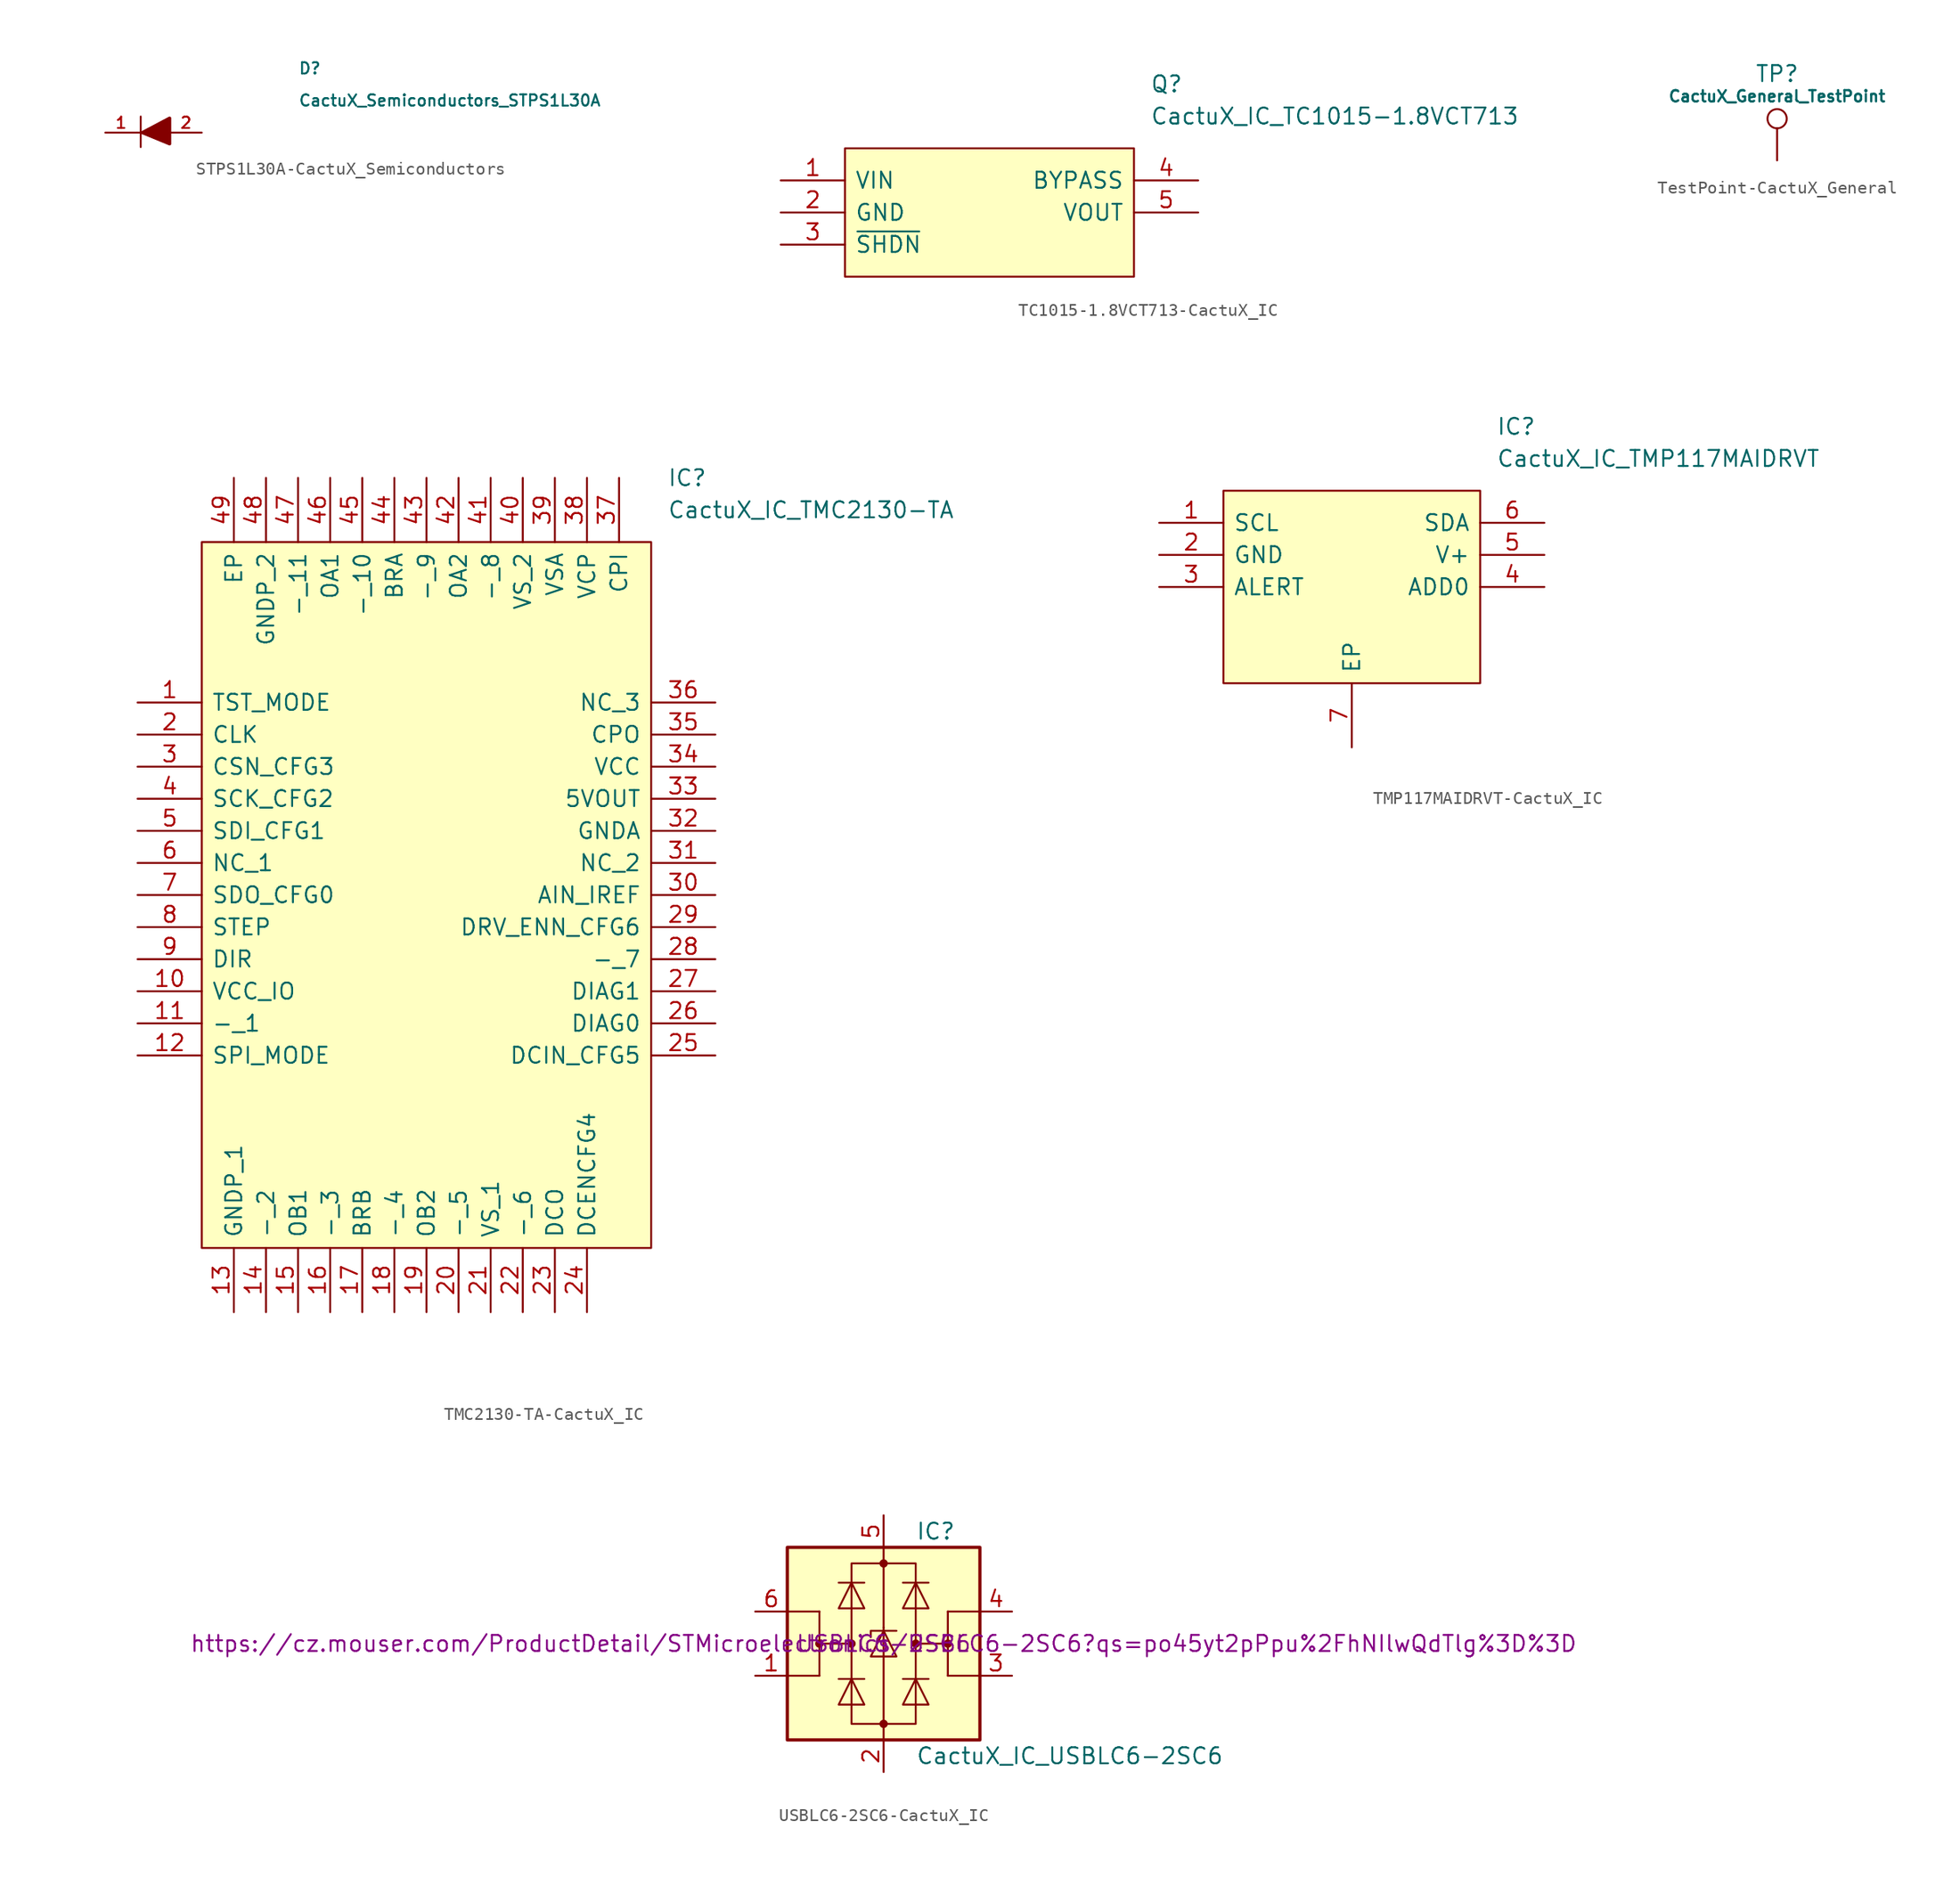
<source format=kicad_sym>
(kicad_symbol_lib
  (version 20220914)
  (generator kicad_symbol_editor)
  (symbol "STPS1L30A-CactuX_Semiconductors"
    (pin_names
      (offset 0.762))
    (property "Reference" "D"
      (at 11.43 5.08 0)
      (effects (font (size 0.889 0.889)) (justify left)))
    (property "Value" "CactuX_Semiconductors_STPS1L30A"
      (at 11.43 2.54 0)
      (effects (font (size 0.889 0.889)) (justify left)))
    (symbol "STPS1L30A-CactuX_Semiconductors_0_0"
      (pin passive line (at -3.81 0 0) (length 2.489) (name "~" (effects (font (size 0.889 0.889)))) (number "1" (effects (font (size 0.889 0.889)))))
      (pin passive line (at 3.81 0 180) (length 2.489) (name "~" (effects (font (size 0.889 0.889)))) (number "2" (effects (font (size 0.889 0.889))))))
    (symbol "STPS1L30A-CactuX_Semiconductors_0_1"
      (rectangle (start -1.27 0) (end 0 0) (stroke (width 0) (type solid)) (fill (type none)))
      (polyline (pts (xy -1.016 1.27) (xy -1.016 -1.143)) (stroke (width 0.152) (type solid)) (fill (type none)))
      (polyline (pts (xy -0.889 0) (xy 1.27 1.143) (xy 1.27 -0.889) (xy -0.889 0)) (stroke (width 0.254) (type solid)) (fill (type outline)))))
  (symbol "TC1015-1.8VCT713-CactuX_IC"
    (pin_names
      (offset 0.762))
    (property "Reference" "Q"
      (at 29.21 7.62 0)
      (effects (font (size 1.27 1.27)) (justify left)))
    (property "Value" "CactuX_IC_TC1015-1.8VCT713"
      (at 29.21 5.08 0)
      (effects (font (size 1.27 1.27)) (justify left)))
    (symbol "TC1015-1.8VCT713-CactuX_IC_0_0"
      (pin passive line (at 0 0 0) (length 5.08) (name "VIN" (effects (font (size 1.27 1.27)))) (number "1" (effects (font (size 1.27 1.27)))))
      (pin passive line (at 0 -2.54 0) (length 5.08) (name "GND" (effects (font (size 1.27 1.27)))) (number "2" (effects (font (size 1.27 1.27)))))
      (pin passive line (at 0 -5.08 0) (length 5.08) (name "~{SHDN}" (effects (font (size 1.27 1.27)))) (number "3" (effects (font (size 1.27 1.27)))))
      (pin passive line (at 33.02 0 180) (length 5.08) (name "BYPASS" (effects (font (size 1.27 1.27)))) (number "4" (effects (font (size 1.27 1.27)))))
      (pin passive line (at 33.02 -2.54 180) (length 5.08) (name "VOUT" (effects (font (size 1.27 1.27)))) (number "5" (effects (font (size 1.27 1.27))))))
    (symbol "TC1015-1.8VCT713-CactuX_IC_1_1"
      (polyline (pts (xy 5.08 2.54) (xy 27.94 2.54) (xy 27.94 -7.62) (xy 5.08 -7.62) (xy 5.08 2.54)) (stroke (width 0.152) (type solid)) (fill (type background)))))
  (symbol "TestPoint-CactuX_General"
    (pin_numbers hide)
    (pin_names
      (offset 0.762) hide)
    (property "Reference" "TP"
      (at 0 6.858 0)
      (effects (font (size 1.27 1.27))))
    (property "Value" "CactuX_General_TestPoint"
      (at 0 5.08 0)
      (effects (font (size 0.889 0.889) bold)))
    (symbol "TestPoint-CactuX_General_0_1"
      (circle (center 0 3.302) (radius 0.762) (stroke (width 0) (type solid)) (fill (type none))))
    (symbol "TestPoint-CactuX_General_1_1"
      (pin passive line (at 0 0 90) (length 2.54) (name "1" (effects (font (size 1.27 1.27)))) (number "1" (effects (font (size 1.27 1.27)))))))
  (symbol "TMC2130-TA-CactuX_IC"
    (pin_names
      (offset 0.762))
    (property "Reference" "IC"
      (at 41.91 17.78 0)
      (effects (font (size 1.27 1.27)) (justify left)))
    (property "Value" "CactuX_IC_TMC2130-TA"
      (at 41.91 15.24 0)
      (effects (font (size 1.27 1.27)) (justify left)))
    (symbol "TMC2130-TA-CactuX_IC_0_0"
      (pin passive line (at 0 0 0) (length 5.08) (name "TST_MODE" (effects (font (size 1.27 1.27)))) (number "1" (effects (font (size 1.27 1.27)))))
      (pin passive line (at 0 -22.86 0) (length 5.08) (name "VCC_IO" (effects (font (size 1.27 1.27)))) (number "10" (effects (font (size 1.27 1.27)))))
      (pin passive line (at 0 -25.4 0) (length 5.08) (name "-_1" (effects (font (size 1.27 1.27)))) (number "11" (effects (font (size 1.27 1.27)))))
      (pin passive line (at 0 -27.94 0) (length 5.08) (name "SPI_MODE" (effects (font (size 1.27 1.27)))) (number "12" (effects (font (size 1.27 1.27)))))
      (pin passive line (at 7.62 -48.26 90) (length 5.08) (name "GNDP_1" (effects (font (size 1.27 1.27)))) (number "13" (effects (font (size 1.27 1.27)))))
      (pin passive line (at 10.16 -48.26 90) (length 5.08) (name "-_2" (effects (font (size 1.27 1.27)))) (number "14" (effects (font (size 1.27 1.27)))))
      (pin passive line (at 12.7 -48.26 90) (length 5.08) (name "OB1" (effects (font (size 1.27 1.27)))) (number "15" (effects (font (size 1.27 1.27)))))
      (pin passive line (at 15.24 -48.26 90) (length 5.08) (name "-_3" (effects (font (size 1.27 1.27)))) (number "16" (effects (font (size 1.27 1.27)))))
      (pin passive line (at 17.78 -48.26 90) (length 5.08) (name "BRB" (effects (font (size 1.27 1.27)))) (number "17" (effects (font (size 1.27 1.27)))))
      (pin passive line (at 20.32 -48.26 90) (length 5.08) (name "-_4" (effects (font (size 1.27 1.27)))) (number "18" (effects (font (size 1.27 1.27)))))
      (pin passive line (at 22.86 -48.26 90) (length 5.08) (name "OB2" (effects (font (size 1.27 1.27)))) (number "19" (effects (font (size 1.27 1.27)))))
      (pin passive line (at 0 -2.54 0) (length 5.08) (name "CLK" (effects (font (size 1.27 1.27)))) (number "2" (effects (font (size 1.27 1.27)))))
      (pin passive line (at 25.4 -48.26 90) (length 5.08) (name "-_5" (effects (font (size 1.27 1.27)))) (number "20" (effects (font (size 1.27 1.27)))))
      (pin passive line (at 27.94 -48.26 90) (length 5.08) (name "VS_1" (effects (font (size 1.27 1.27)))) (number "21" (effects (font (size 1.27 1.27)))))
      (pin passive line (at 30.48 -48.26 90) (length 5.08) (name "-_6" (effects (font (size 1.27 1.27)))) (number "22" (effects (font (size 1.27 1.27)))))
      (pin passive line (at 33.02 -48.26 90) (length 5.08) (name "DCO" (effects (font (size 1.27 1.27)))) (number "23" (effects (font (size 1.27 1.27)))))
      (pin passive line (at 35.56 -48.26 90) (length 5.08) (name "DCENCFG4" (effects (font (size 1.27 1.27)))) (number "24" (effects (font (size 1.27 1.27)))))
      (pin passive line (at 45.72 -27.94 180) (length 5.08) (name "DCIN_CFG5" (effects (font (size 1.27 1.27)))) (number "25" (effects (font (size 1.27 1.27)))))
      (pin passive line (at 45.72 -25.4 180) (length 5.08) (name "DIAG0" (effects (font (size 1.27 1.27)))) (number "26" (effects (font (size 1.27 1.27)))))
      (pin passive line (at 45.72 -22.86 180) (length 5.08) (name "DIAG1" (effects (font (size 1.27 1.27)))) (number "27" (effects (font (size 1.27 1.27)))))
      (pin passive line (at 45.72 -20.32 180) (length 5.08) (name "-_7" (effects (font (size 1.27 1.27)))) (number "28" (effects (font (size 1.27 1.27)))))
      (pin passive line (at 45.72 -17.78 180) (length 5.08) (name "DRV_ENN_CFG6" (effects (font (size 1.27 1.27)))) (number "29" (effects (font (size 1.27 1.27)))))
      (pin passive line (at 0 -5.08 0) (length 5.08) (name "CSN_CFG3" (effects (font (size 1.27 1.27)))) (number "3" (effects (font (size 1.27 1.27)))))
      (pin passive line (at 45.72 -15.24 180) (length 5.08) (name "AIN_IREF" (effects (font (size 1.27 1.27)))) (number "30" (effects (font (size 1.27 1.27)))))
      (pin passive line (at 45.72 -12.7 180) (length 5.08) (name "NC_2" (effects (font (size 1.27 1.27)))) (number "31" (effects (font (size 1.27 1.27)))))
      (pin passive line (at 45.72 -10.16 180) (length 5.08) (name "GNDA" (effects (font (size 1.27 1.27)))) (number "32" (effects (font (size 1.27 1.27)))))
      (pin passive line (at 45.72 -7.62 180) (length 5.08) (name "5VOUT" (effects (font (size 1.27 1.27)))) (number "33" (effects (font (size 1.27 1.27)))))
      (pin passive line (at 45.72 -5.08 180) (length 5.08) (name "VCC" (effects (font (size 1.27 1.27)))) (number "34" (effects (font (size 1.27 1.27)))))
      (pin passive line (at 45.72 -2.54 180) (length 5.08) (name "CPO" (effects (font (size 1.27 1.27)))) (number "35" (effects (font (size 1.27 1.27)))))
      (pin passive line (at 45.72 0 180) (length 5.08) (name "NC_3" (effects (font (size 1.27 1.27)))) (number "36" (effects (font (size 1.27 1.27)))))
      (pin passive line (at 38.1 17.78 270) (length 5.08) (name "CPI" (effects (font (size 1.27 1.27)))) (number "37" (effects (font (size 1.27 1.27)))))
      (pin passive line (at 35.56 17.78 270) (length 5.08) (name "VCP" (effects (font (size 1.27 1.27)))) (number "38" (effects (font (size 1.27 1.27)))))
      (pin passive line (at 33.02 17.78 270) (length 5.08) (name "VSA" (effects (font (size 1.27 1.27)))) (number "39" (effects (font (size 1.27 1.27)))))
      (pin passive line (at 0 -7.62 0) (length 5.08) (name "SCK_CFG2" (effects (font (size 1.27 1.27)))) (number "4" (effects (font (size 1.27 1.27)))))
      (pin passive line (at 30.48 17.78 270) (length 5.08) (name "VS_2" (effects (font (size 1.27 1.27)))) (number "40" (effects (font (size 1.27 1.27)))))
      (pin passive line (at 27.94 17.78 270) (length 5.08) (name "-_8" (effects (font (size 1.27 1.27)))) (number "41" (effects (font (size 1.27 1.27)))))
      (pin passive line (at 25.4 17.78 270) (length 5.08) (name "OA2" (effects (font (size 1.27 1.27)))) (number "42" (effects (font (size 1.27 1.27)))))
      (pin passive line (at 22.86 17.78 270) (length 5.08) (name "-_9" (effects (font (size 1.27 1.27)))) (number "43" (effects (font (size 1.27 1.27)))))
      (pin passive line (at 20.32 17.78 270) (length 5.08) (name "BRA" (effects (font (size 1.27 1.27)))) (number "44" (effects (font (size 1.27 1.27)))))
      (pin passive line (at 17.78 17.78 270) (length 5.08) (name "-_10" (effects (font (size 1.27 1.27)))) (number "45" (effects (font (size 1.27 1.27)))))
      (pin passive line (at 15.24 17.78 270) (length 5.08) (name "OA1" (effects (font (size 1.27 1.27)))) (number "46" (effects (font (size 1.27 1.27)))))
      (pin passive line (at 12.7 17.78 270) (length 5.08) (name "-_11" (effects (font (size 1.27 1.27)))) (number "47" (effects (font (size 1.27 1.27)))))
      (pin passive line (at 10.16 17.78 270) (length 5.08) (name "GNDP_2" (effects (font (size 1.27 1.27)))) (number "48" (effects (font (size 1.27 1.27)))))
      (pin passive line (at 7.62 17.78 270) (length 5.08) (name "EP" (effects (font (size 1.27 1.27)))) (number "49" (effects (font (size 1.27 1.27)))))
      (pin passive line (at 0 -10.16 0) (length 5.08) (name "SDI_CFG1" (effects (font (size 1.27 1.27)))) (number "5" (effects (font (size 1.27 1.27)))))
      (pin passive line (at 0 -12.7 0) (length 5.08) (name "NC_1" (effects (font (size 1.27 1.27)))) (number "6" (effects (font (size 1.27 1.27)))))
      (pin passive line (at 0 -15.24 0) (length 5.08) (name "SDO_CFG0" (effects (font (size 1.27 1.27)))) (number "7" (effects (font (size 1.27 1.27)))))
      (pin passive line (at 0 -17.78 0) (length 5.08) (name "STEP" (effects (font (size 1.27 1.27)))) (number "8" (effects (font (size 1.27 1.27)))))
      (pin passive line (at 0 -20.32 0) (length 5.08) (name "DIR" (effects (font (size 1.27 1.27)))) (number "9" (effects (font (size 1.27 1.27))))))
    (symbol "TMC2130-TA-CactuX_IC_1_1"
      (polyline (pts (xy 5.08 12.7) (xy 40.64 12.7) (xy 40.64 -43.18) (xy 5.08 -43.18) (xy 5.08 12.7)) (stroke (width 0.152) (type solid)) (fill (type background)))))
  (symbol "TMP117MAIDRVT-CactuX_IC"
    (pin_names
      (offset 0.762))
    (property "Reference" "IC"
      (at 26.67 7.62 0)
      (effects (font (size 1.27 1.27)) (justify left)))
    (property "Value" "CactuX_IC_TMP117MAIDRVT"
      (at 26.67 5.08 0)
      (effects (font (size 1.27 1.27)) (justify left)))
    (symbol "TMP117MAIDRVT-CactuX_IC_0_0"
      (pin passive line (at 0 0 0) (length 5.08) (name "SCL" (effects (font (size 1.27 1.27)))) (number "1" (effects (font (size 1.27 1.27)))))
      (pin passive line (at 0 -2.54 0) (length 5.08) (name "GND" (effects (font (size 1.27 1.27)))) (number "2" (effects (font (size 1.27 1.27)))))
      (pin passive line (at 0 -5.08 0) (length 5.08) (name "ALERT" (effects (font (size 1.27 1.27)))) (number "3" (effects (font (size 1.27 1.27)))))
      (pin passive line (at 30.48 -5.08 180) (length 5.08) (name "ADD0" (effects (font (size 1.27 1.27)))) (number "4" (effects (font (size 1.27 1.27)))))
      (pin passive line (at 30.48 -2.54 180) (length 5.08) (name "V+" (effects (font (size 1.27 1.27)))) (number "5" (effects (font (size 1.27 1.27)))))
      (pin passive line (at 30.48 0 180) (length 5.08) (name "SDA" (effects (font (size 1.27 1.27)))) (number "6" (effects (font (size 1.27 1.27)))))
      (pin passive line (at 15.24 -17.78 90) (length 5.08) (name "EP" (effects (font (size 1.27 1.27)))) (number "7" (effects (font (size 1.27 1.27))))))
    (symbol "TMP117MAIDRVT-CactuX_IC_1_1"
      (polyline (pts (xy 5.08 2.54) (xy 25.4 2.54) (xy 25.4 -12.7) (xy 5.08 -12.7) (xy 5.08 2.54)) (stroke (width 0.152) (type solid)) (fill (type background)))))
  (symbol "USBLC6-2SC6-CactuX_IC"
    (pin_names hide)
    (property "Reference" "IC"
      (at 2.54 8.89 0)
      (effects (font (size 1.27 1.27)) (justify left)))
    (property "Value" "CactuX_IC_USBLC6-2SC6"
      (at 2.54 -8.89 0)
      (effects (font (size 1.27 1.27)) (justify left)))
    (property "Manufacturer_Part_Number" "USBLC6-2SC6"
      (at 0 0 0)
      (effects (font (size 1.27 1.27))))
    (property "Mouser" "https://cz.mouser.com/ProductDetail/STMicroelectronics/USBLC6-2SC6?qs=po45yt2pPpu%2FhNIlwQdTlg%3D%3D"
      (at 0 0 0)
      (effects (font (size 1.27 1.27))))
    (symbol "USBLC6-2SC6-CactuX_IC_0_1"
      (rectangle (start -7.62 -7.62) (end 7.62 7.62) (stroke (width 0.254) (type solid)) (fill (type background)))
      (circle (center -5.08 0) (radius 0.254) (stroke (width 0) (type solid)) (fill (type outline)))
      (circle (center -2.54 0) (radius 0.254) (stroke (width 0) (type solid)) (fill (type outline)))
      (rectangle (start -2.54 6.35) (end 2.54 -6.35) (stroke (width 0) (type solid)) (fill (type none)))
      (circle (center 0 -6.35) (radius 0.254) (stroke (width 0) (type solid)) (fill (type outline)))
      (polyline (pts (xy -5.08 -2.54) (xy -7.62 -2.54)) (stroke (width 0) (type solid)) (fill (type none)))
      (polyline (pts (xy -5.08 0) (xy -5.08 -2.54)) (stroke (width 0) (type solid)) (fill (type none)))
      (polyline (pts (xy -5.08 2.54) (xy -7.62 2.54)) (stroke (width 0) (type solid)) (fill (type none)))
      (polyline (pts (xy -1.524 -2.794) (xy -3.556 -2.794)) (stroke (width 0) (type solid)) (fill (type none)))
      (polyline (pts (xy -1.524 4.826) (xy -3.556 4.826)) (stroke (width 0) (type solid)) (fill (type none)))
      (polyline (pts (xy 0 -7.62) (xy 0 -6.35)) (stroke (width 0) (type solid)) (fill (type none)))
      (polyline (pts (xy 0 -6.35) (xy 0 1.27)) (stroke (width 0) (type solid)) (fill (type none)))
      (polyline (pts (xy 0 1.27) (xy 0 6.35)) (stroke (width 0) (type solid)) (fill (type none)))
      (polyline (pts (xy 0 6.35) (xy 0 7.62)) (stroke (width 0) (type solid)) (fill (type none)))
      (polyline (pts (xy 1.524 -2.794) (xy 3.556 -2.794)) (stroke (width 0) (type solid)) (fill (type none)))
      (polyline (pts (xy 1.524 4.826) (xy 3.556 4.826)) (stroke (width 0) (type solid)) (fill (type none)))
      (polyline (pts (xy 5.08 -2.54) (xy 7.62 -2.54)) (stroke (width 0) (type solid)) (fill (type none)))
      (polyline (pts (xy 5.08 0) (xy 5.08 -2.54)) (stroke (width 0) (type solid)) (fill (type none)))
      (polyline (pts (xy 5.08 2.54) (xy 7.62 2.54)) (stroke (width 0) (type solid)) (fill (type none)))
      (polyline (pts (xy -2.54 0) (xy -5.08 0) (xy -5.08 2.54)) (stroke (width 0) (type solid)) (fill (type none)))
      (polyline (pts (xy 2.54 0) (xy 5.08 0) (xy 5.08 2.54)) (stroke (width 0) (type solid)) (fill (type none)))
      (polyline (pts (xy -3.556 -4.826) (xy -1.524 -4.826) (xy -2.54 -2.794) (xy -3.556 -4.826)) (stroke (width 0) (type solid)) (fill (type none)))
      (polyline (pts (xy -3.556 2.794) (xy -1.524 2.794) (xy -2.54 4.826) (xy -3.556 2.794)) (stroke (width 0) (type solid)) (fill (type none)))
      (polyline (pts (xy -1.016 -1.016) (xy 1.016 -1.016) (xy 0 1.016) (xy -1.016 -1.016)) (stroke (width 0) (type solid)) (fill (type none)))
      (polyline (pts (xy 1.016 1.016) (xy 0.762 1.016) (xy -1.016 1.016) (xy -1.016 0.508)) (stroke (width 0) (type solid)) (fill (type none)))
      (polyline (pts (xy 3.556 -4.826) (xy 1.524 -4.826) (xy 2.54 -2.794) (xy 3.556 -4.826)) (stroke (width 0) (type solid)) (fill (type none)))
      (polyline (pts (xy 3.556 2.794) (xy 1.524 2.794) (xy 2.54 4.826) (xy 3.556 2.794)) (stroke (width 0) (type solid)) (fill (type none)))
      (circle (center 0 6.35) (radius 0.254) (stroke (width 0) (type solid)) (fill (type outline)))
      (circle (center 2.54 0) (radius 0.254) (stroke (width 0) (type solid)) (fill (type outline)))
      (circle (center 5.08 0) (radius 0.254) (stroke (width 0) (type solid)) (fill (type outline))))
    (symbol "USBLC6-2SC6-CactuX_IC_1_1"
      (pin passive line (at -10.16 -2.54 0) (length 2.54) (name "I/O1" (effects (font (size 1.27 1.27)))) (number "1" (effects (font (size 1.27 1.27)))))
      (pin passive line (at 0 -10.16 90) (length 2.54) (name "GND" (effects (font (size 1.27 1.27)))) (number "2" (effects (font (size 1.27 1.27)))))
      (pin passive line (at 10.16 -2.54 180) (length 2.54) (name "I/O2" (effects (font (size 1.27 1.27)))) (number "3" (effects (font (size 1.27 1.27)))))
      (pin passive line (at 10.16 2.54 180) (length 2.54) (name "I/O2" (effects (font (size 1.27 1.27)))) (number "4" (effects (font (size 1.27 1.27)))))
      (pin passive line (at 0 10.16 270) (length 2.54) (name "VBUS" (effects (font (size 1.27 1.27)))) (number "5" (effects (font (size 1.27 1.27)))))
      (pin passive line (at -10.16 2.54 0) (length 2.54) (name "I/O1" (effects (font (size 1.27 1.27)))) (number "6" (effects (font (size 1.27 1.27))))))))
</source>
